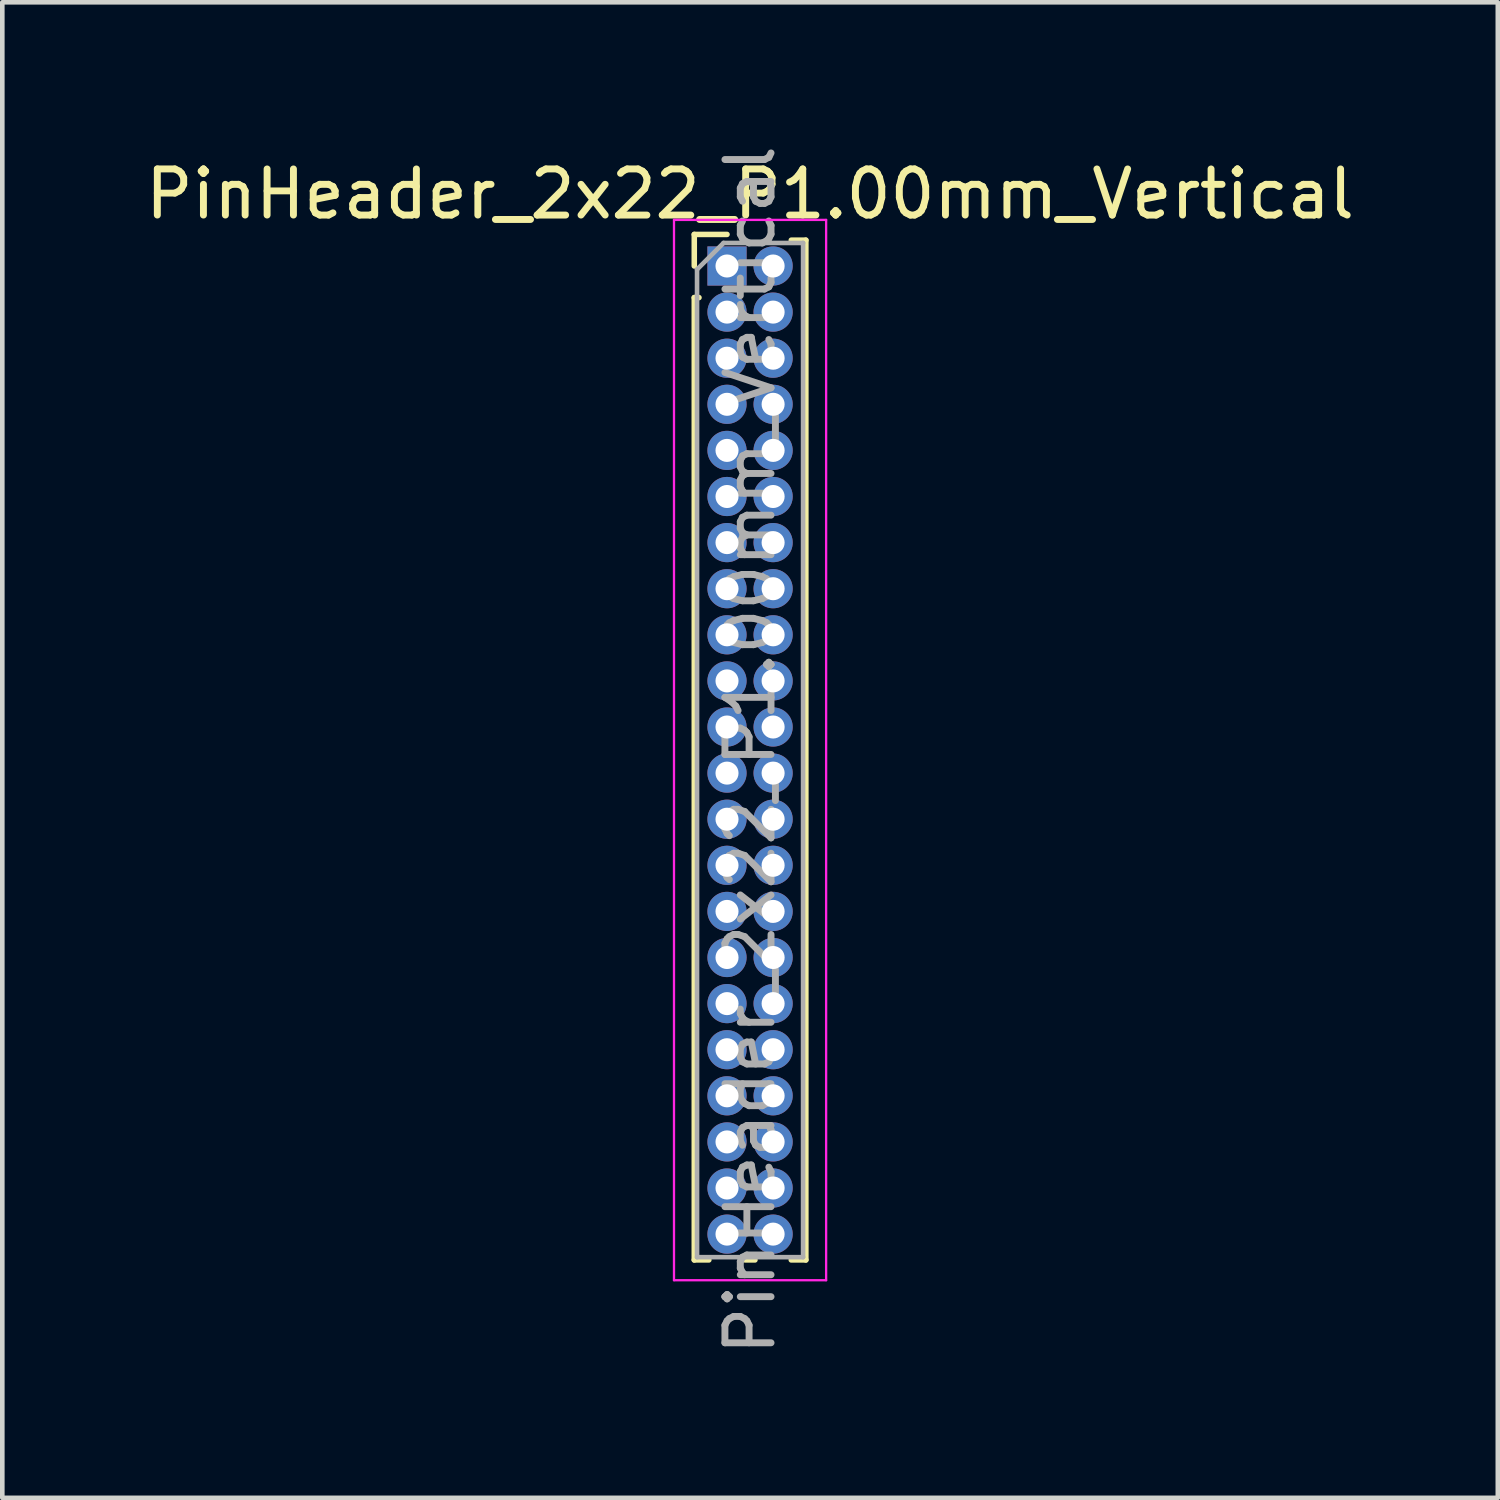
<source format=kicad_pcb>
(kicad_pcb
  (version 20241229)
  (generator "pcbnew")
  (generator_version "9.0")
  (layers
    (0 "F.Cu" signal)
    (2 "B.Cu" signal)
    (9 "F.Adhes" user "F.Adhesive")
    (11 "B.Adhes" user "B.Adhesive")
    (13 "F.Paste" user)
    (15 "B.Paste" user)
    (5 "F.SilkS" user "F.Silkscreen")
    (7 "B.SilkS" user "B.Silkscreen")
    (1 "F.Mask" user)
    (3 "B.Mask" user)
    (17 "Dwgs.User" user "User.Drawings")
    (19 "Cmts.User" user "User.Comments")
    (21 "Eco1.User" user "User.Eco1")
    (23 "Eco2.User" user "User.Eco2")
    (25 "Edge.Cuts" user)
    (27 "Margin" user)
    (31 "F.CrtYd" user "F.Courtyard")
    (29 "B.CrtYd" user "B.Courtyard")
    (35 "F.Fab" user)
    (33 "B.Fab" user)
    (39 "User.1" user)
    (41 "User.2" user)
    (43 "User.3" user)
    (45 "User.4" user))
  (footprint "PinHeader_2x22_P1.00mm_Vertical"
    (layer "F.Cu")
    (at 12.72 2.72)
    (property "Reference" "PinHeader_2x22_P1.00mm_Vertical" (at 0.5 -1.56 0) (layer "F.SilkS") (effects (font (size 1 1) (thickness 0.15))))
    (attr through_hole)
    (fp_line (start -0.71 -0.685) (end 0 -0.685) (stroke (width 0.12) (type solid)) (layer "F.SilkS"))
    (fp_line (start -0.71 0) (end -0.71 -0.685) (stroke (width 0.12) (type solid)) (layer "F.SilkS"))
    (fp_line (start -0.71 0.685) (end -0.71 21.56) (stroke (width 0.12) (type solid)) (layer "F.SilkS"))
    (fp_line (start -0.71 0.685) (end -0.608 0.685) (stroke (width 0.12) (type solid)) (layer "F.SilkS"))
    (fp_line (start -0.71 21.56) (end -0.394 21.56) (stroke (width 0.12) (type solid)) (layer "F.SilkS"))
    (fp_line (start 0.394 21.56) (end 0.606 21.56) (stroke (width 0.12) (type solid)) (layer "F.SilkS"))
    (fp_line (start 1.394 -0.56) (end 1.71 -0.56) (stroke (width 0.12) (type solid)) (layer "F.SilkS"))
    (fp_line (start 1.394 21.56) (end 1.71 21.56) (stroke (width 0.12) (type solid)) (layer "F.SilkS"))
    (fp_line (start 1.71 -0.56) (end 1.71 21.56) (stroke (width 0.12) (type solid)) (layer "F.SilkS"))
    (fp_line (start -1.15 -1) (end -1.15 22) (stroke (width 0.05) (type solid)) (layer "F.CrtYd"))
    (fp_line (start -1.15 22) (end 2.15 22) (stroke (width 0.05) (type solid)) (layer "F.CrtYd"))
    (fp_line (start 2.15 -1) (end -1.15 -1) (stroke (width 0.05) (type solid)) (layer "F.CrtYd"))
    (fp_line (start 2.15 22) (end 2.15 -1) (stroke (width 0.05) (type solid)) (layer "F.CrtYd"))
    (fp_line (start -0.65 0.075) (end -0.075 -0.5) (stroke (width 0.1) (type solid)) (layer "F.Fab"))
    (fp_line (start -0.65 21.5) (end -0.65 0.075) (stroke (width 0.1) (type solid)) (layer "F.Fab"))
    (fp_line (start -0.075 -0.5) (end 1.65 -0.5) (stroke (width 0.1) (type solid)) (layer "F.Fab"))
    (fp_line (start 1.65 -0.5) (end 1.65 21.5) (stroke (width 0.1) (type solid)) (layer "F.Fab"))
    (fp_line (start 1.65 21.5) (end -0.65 21.5) (stroke (width 0.1) (type solid)) (layer "F.Fab"))
    (fp_text user "${REFERENCE}" (at 0.5 10.5 90) (layer "F.Fab") (effects (font (size 1 1) (thickness 0.15))))
    (pad "1" thru_hole rect (at 0 0) (size 0.85 0.85) (drill 0.5) (layers "*.Cu" "*.Mask"))
    (pad "2" thru_hole oval (at 1 0) (size 0.85 0.85) (drill 0.5) (layers "*.Cu" "*.Mask"))
    (pad "3" thru_hole oval (at 0 1) (size 0.85 0.85) (drill 0.5) (layers "*.Cu" "*.Mask"))
    (pad "4" thru_hole oval (at 1 1) (size 0.85 0.85) (drill 0.5) (layers "*.Cu" "*.Mask"))
    (pad "5" thru_hole oval (at 0 2) (size 0.85 0.85) (drill 0.5) (layers "*.Cu" "*.Mask"))
    (pad "6" thru_hole oval (at 1 2) (size 0.85 0.85) (drill 0.5) (layers "*.Cu" "*.Mask"))
    (pad "7" thru_hole oval (at 0 3) (size 0.85 0.85) (drill 0.5) (layers "*.Cu" "*.Mask"))
    (pad "8" thru_hole oval (at 1 3) (size 0.85 0.85) (drill 0.5) (layers "*.Cu" "*.Mask"))
    (pad "9" thru_hole oval (at 0 4) (size 0.85 0.85) (drill 0.5) (layers "*.Cu" "*.Mask"))
    (pad "10" thru_hole oval (at 1 4) (size 0.85 0.85) (drill 0.5) (layers "*.Cu" "*.Mask"))
    (pad "11" thru_hole oval (at 0 5) (size 0.85 0.85) (drill 0.5) (layers "*.Cu" "*.Mask"))
    (pad "12" thru_hole oval (at 1 5) (size 0.85 0.85) (drill 0.5) (layers "*.Cu" "*.Mask"))
    (pad "13" thru_hole oval (at 0 6) (size 0.85 0.85) (drill 0.5) (layers "*.Cu" "*.Mask"))
    (pad "14" thru_hole oval (at 1 6) (size 0.85 0.85) (drill 0.5) (layers "*.Cu" "*.Mask"))
    (pad "15" thru_hole oval (at 0 7) (size 0.85 0.85) (drill 0.5) (layers "*.Cu" "*.Mask"))
    (pad "16" thru_hole oval (at 1 7) (size 0.85 0.85) (drill 0.5) (layers "*.Cu" "*.Mask"))
    (pad "17" thru_hole oval (at 0 8) (size 0.85 0.85) (drill 0.5) (layers "*.Cu" "*.Mask"))
    (pad "18" thru_hole oval (at 1 8) (size 0.85 0.85) (drill 0.5) (layers "*.Cu" "*.Mask"))
    (pad "19" thru_hole oval (at 0 9) (size 0.85 0.85) (drill 0.5) (layers "*.Cu" "*.Mask"))
    (pad "20" thru_hole oval (at 1 9) (size 0.85 0.85) (drill 0.5) (layers "*.Cu" "*.Mask"))
    (pad "21" thru_hole oval (at 0 10) (size 0.85 0.85) (drill 0.5) (layers "*.Cu" "*.Mask"))
    (pad "22" thru_hole oval (at 1 10) (size 0.85 0.85) (drill 0.5) (layers "*.Cu" "*.Mask"))
    (pad "23" thru_hole oval (at 0 11) (size 0.85 0.85) (drill 0.5) (layers "*.Cu" "*.Mask"))
    (pad "24" thru_hole oval (at 1 11) (size 0.85 0.85) (drill 0.5) (layers "*.Cu" "*.Mask"))
    (pad "25" thru_hole oval (at 0 12) (size 0.85 0.85) (drill 0.5) (layers "*.Cu" "*.Mask"))
    (pad "26" thru_hole oval (at 1 12) (size 0.85 0.85) (drill 0.5) (layers "*.Cu" "*.Mask"))
    (pad "27" thru_hole oval (at 0 13) (size 0.85 0.85) (drill 0.5) (layers "*.Cu" "*.Mask"))
    (pad "28" thru_hole oval (at 1 13) (size 0.85 0.85) (drill 0.5) (layers "*.Cu" "*.Mask"))
    (pad "29" thru_hole oval (at 0 14) (size 0.85 0.85) (drill 0.5) (layers "*.Cu" "*.Mask"))
    (pad "30" thru_hole oval (at 1 14) (size 0.85 0.85) (drill 0.5) (layers "*.Cu" "*.Mask"))
    (pad "31" thru_hole oval (at 0 15) (size 0.85 0.85) (drill 0.5) (layers "*.Cu" "*.Mask"))
    (pad "32" thru_hole oval (at 1 15) (size 0.85 0.85) (drill 0.5) (layers "*.Cu" "*.Mask"))
    (pad "33" thru_hole oval (at 0 16) (size 0.85 0.85) (drill 0.5) (layers "*.Cu" "*.Mask"))
    (pad "34" thru_hole oval (at 1 16) (size 0.85 0.85) (drill 0.5) (layers "*.Cu" "*.Mask"))
    (pad "35" thru_hole oval (at 0 17) (size 0.85 0.85) (drill 0.5) (layers "*.Cu" "*.Mask"))
    (pad "36" thru_hole oval (at 1 17) (size 0.85 0.85) (drill 0.5) (layers "*.Cu" "*.Mask"))
    (pad "37" thru_hole oval (at 0 18) (size 0.85 0.85) (drill 0.5) (layers "*.Cu" "*.Mask"))
    (pad "38" thru_hole oval (at 1 18) (size 0.85 0.85) (drill 0.5) (layers "*.Cu" "*.Mask"))
    (pad "39" thru_hole oval (at 0 19) (size 0.85 0.85) (drill 0.5) (layers "*.Cu" "*.Mask"))
    (pad "40" thru_hole oval (at 1 19) (size 0.85 0.85) (drill 0.5) (layers "*.Cu" "*.Mask"))
    (pad "41" thru_hole oval (at 0 20) (size 0.85 0.85) (drill 0.5) (layers "*.Cu" "*.Mask"))
    (pad "42" thru_hole oval (at 1 20) (size 0.85 0.85) (drill 0.5) (layers "*.Cu" "*.Mask"))
    (pad "43" thru_hole oval (at 0 21) (size 0.85 0.85) (drill 0.5) (layers "*.Cu" "*.Mask"))
    (pad "44" thru_hole oval (at 1 21) (size 0.85 0.85) (drill 0.5) (layers "*.Cu" "*.Mask")))
  (gr_rect
    (start -3 -3)
    (end 29.44 29.44)
    (stroke (width 0.1) (type default))
    (fill no)
    (layer "Edge.Cuts")))
</source>
